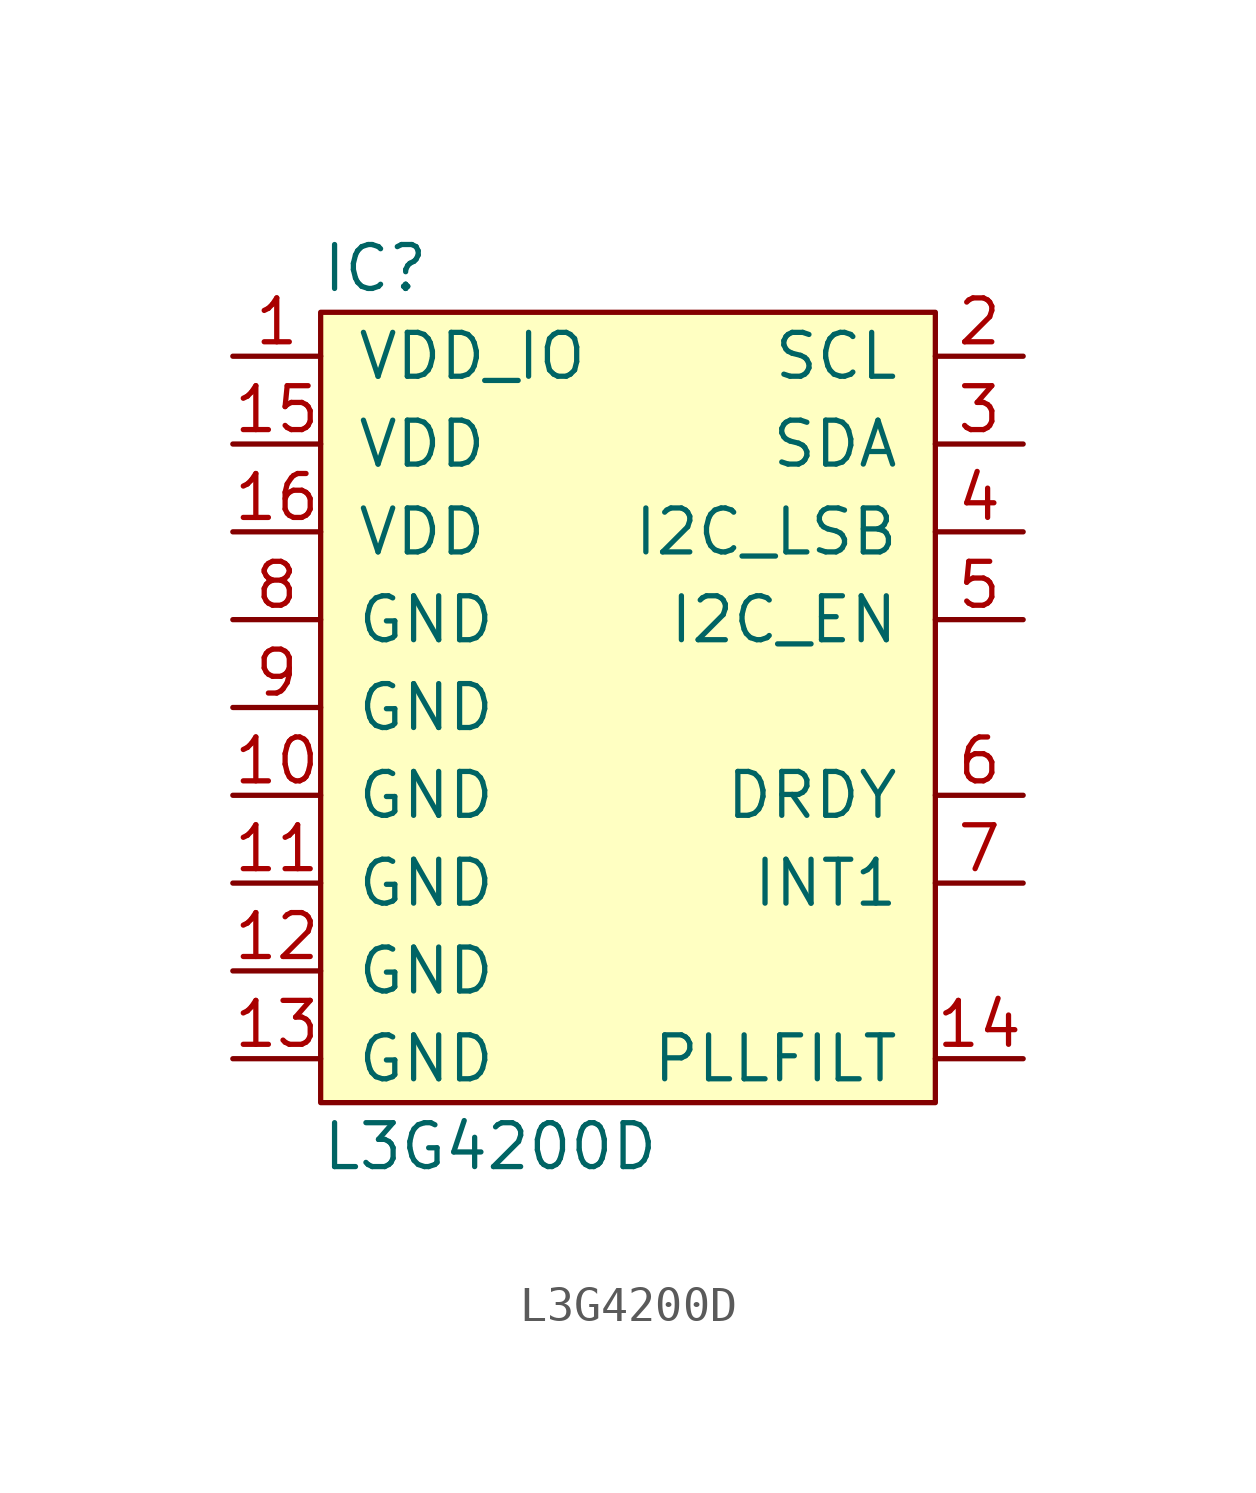
<source format=kicad_sym>
(kicad_symbol_lib
  (version 20211014)
  (generator kicad_symbol_editor)
  (symbol "L3G4200D"
    (pin_names
      (offset 1.016))
    (property "Reference" "IC"
      (at -10.16 15.24 0)
      (effects (font (size 1.27 1.27)) (justify left)))
    (property "Value" "L3G4200D"
      (at -10.16 -10.16 0)
      (effects (font (size 1.27 1.27)) (justify left)))
    (symbol "L3G4200D_0_1"
      (rectangle (start -10.16 13.97) (end 7.62 -8.89) (stroke (width 0) (type default) (color 0 0 0 0)) (fill (type background))))
    (symbol "L3G4200D_1_1"
      (pin power_in line (at -12.7 12.7 0) (length 2.54) (name "VDD_IO" (effects (font (size 1.27 1.27)))) (number "1" (effects (font (size 1.27 1.27)))))
      (pin power_in line (at -12.7 0 0) (length 2.54) (name "GND" (effects (font (size 1.27 1.27)))) (number "10" (effects (font (size 1.27 1.27)))))
      (pin power_in line (at -12.7 -2.54 0) (length 2.54) (name "GND" (effects (font (size 1.27 1.27)))) (number "11" (effects (font (size 1.27 1.27)))))
      (pin power_in line (at -12.7 -5.08 0) (length 2.54) (name "GND" (effects (font (size 1.27 1.27)))) (number "12" (effects (font (size 1.27 1.27)))))
      (pin power_in line (at -12.7 -7.62 0) (length 2.54) (name "GND" (effects (font (size 1.27 1.27)))) (number "13" (effects (font (size 1.27 1.27)))))
      (pin input line (at 10.16 -7.62 180) (length 2.54) (name "PLLFILT" (effects (font (size 1.27 1.27)))) (number "14" (effects (font (size 1.27 1.27)))))
      (pin power_in line (at -12.7 10.16 0) (length 2.54) (name "VDD" (effects (font (size 1.27 1.27)))) (number "15" (effects (font (size 1.27 1.27)))))
      (pin power_in line (at -12.7 7.62 0) (length 2.54) (name "VDD" (effects (font (size 1.27 1.27)))) (number "16" (effects (font (size 1.27 1.27)))))
      (pin input line (at 10.16 12.7 180) (length 2.54) (name "SCL" (effects (font (size 1.27 1.27)))) (number "2" (effects (font (size 1.27 1.27)))))
      (pin input line (at 10.16 10.16 180) (length 2.54) (name "SDA" (effects (font (size 1.27 1.27)))) (number "3" (effects (font (size 1.27 1.27)))))
      (pin input line (at 10.16 7.62 180) (length 2.54) (name "I2C_LSB" (effects (font (size 1.27 1.27)))) (number "4" (effects (font (size 1.27 1.27)))))
      (pin input line (at 10.16 5.08 180) (length 2.54) (name "I2C_EN" (effects (font (size 1.27 1.27)))) (number "5" (effects (font (size 1.27 1.27)))))
      (pin output line (at 10.16 0 180) (length 2.54) (name "DRDY" (effects (font (size 1.27 1.27)))) (number "6" (effects (font (size 1.27 1.27)))))
      (pin output line (at 10.16 -2.54 180) (length 2.54) (name "INT1" (effects (font (size 1.27 1.27)))) (number "7" (effects (font (size 1.27 1.27)))))
      (pin power_in line (at -12.7 5.08 0) (length 2.54) (name "GND" (effects (font (size 1.27 1.27)))) (number "8" (effects (font (size 1.27 1.27)))))
      (pin power_in line (at -12.7 2.54 0) (length 2.54) (name "GND" (effects (font (size 1.27 1.27)))) (number "9" (effects (font (size 1.27 1.27))))))))
</source>
